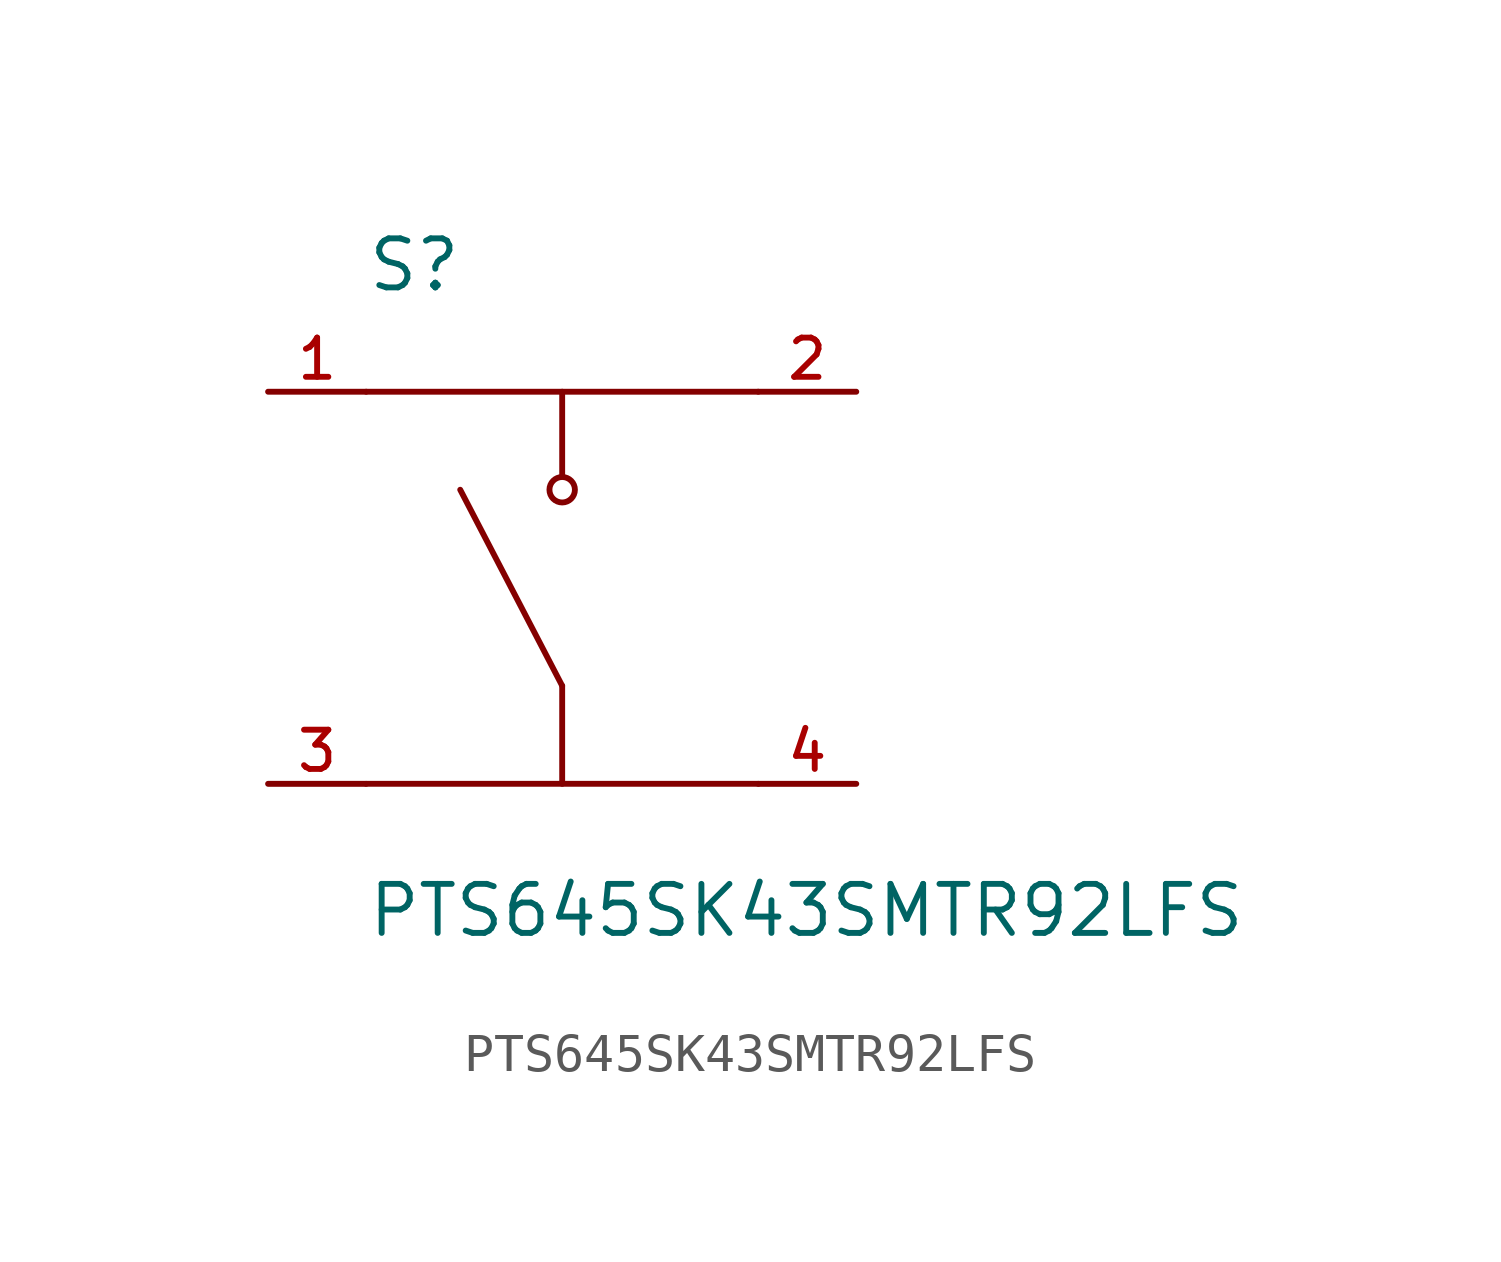
<source format=kicad_sym>
(kicad_symbol_lib
  (version 20211014)
  (generator kicad_symbol_editor)
  (symbol "PTS645SK43SMTR92LFS"
    (pin_names
      (offset 1.016))
    (property "Reference" "S"
      (at -5.08 7.62 0)
      (effects (font (size 1.27 1.27)) (justify bottom left)))
    (property "Value" "PTS645SK43SMTR92LFS"
      (at -5.08 -7.62 0)
      (effects (font (size 1.27 1.27)) (justify top left)))
    (symbol "PTS645SK43SMTR92LFS_0_0"
      (polyline (pts (xy 0.0 -2.54) (xy -2.642 2.54)) (stroke (width 0.152)))
      (circle (center 0.0 2.54) (radius 0.33) (stroke (width 0.152)) (fill (type none)))
      (polyline (pts (xy 0.0 5.08) (xy 0.0 2.921)) (stroke (width 0.152)))
      (polyline (pts (xy 0.0 -2.54) (xy 0.0 -5.08)) (stroke (width 0.152)))
      (polyline (pts (xy -5.08 5.08) (xy 5.08 5.08)) (stroke (width 0.152)))
      (polyline (pts (xy -5.08 -5.08) (xy 5.08 -5.08)) (stroke (width 0.152)))
      (pin passive line (at -7.62 5.08 0) (length 2.54) (name "~" (effects (font (size 1.016 1.016)))) (number "1" (effects (font (size 1.016 1.016)))))
      (pin passive line (at -7.62 -5.08 0) (length 2.54) (name "~" (effects (font (size 1.016 1.016)))) (number "3" (effects (font (size 1.016 1.016)))))
      (pin passive line (at 7.62 5.08 180.0) (length 2.54) (name "~" (effects (font (size 1.016 1.016)))) (number "2" (effects (font (size 1.016 1.016)))))
      (pin passive line (at 7.62 -5.08 180.0) (length 2.54) (name "~" (effects (font (size 1.016 1.016)))) (number "4" (effects (font (size 1.016 1.016))))))))
</source>
